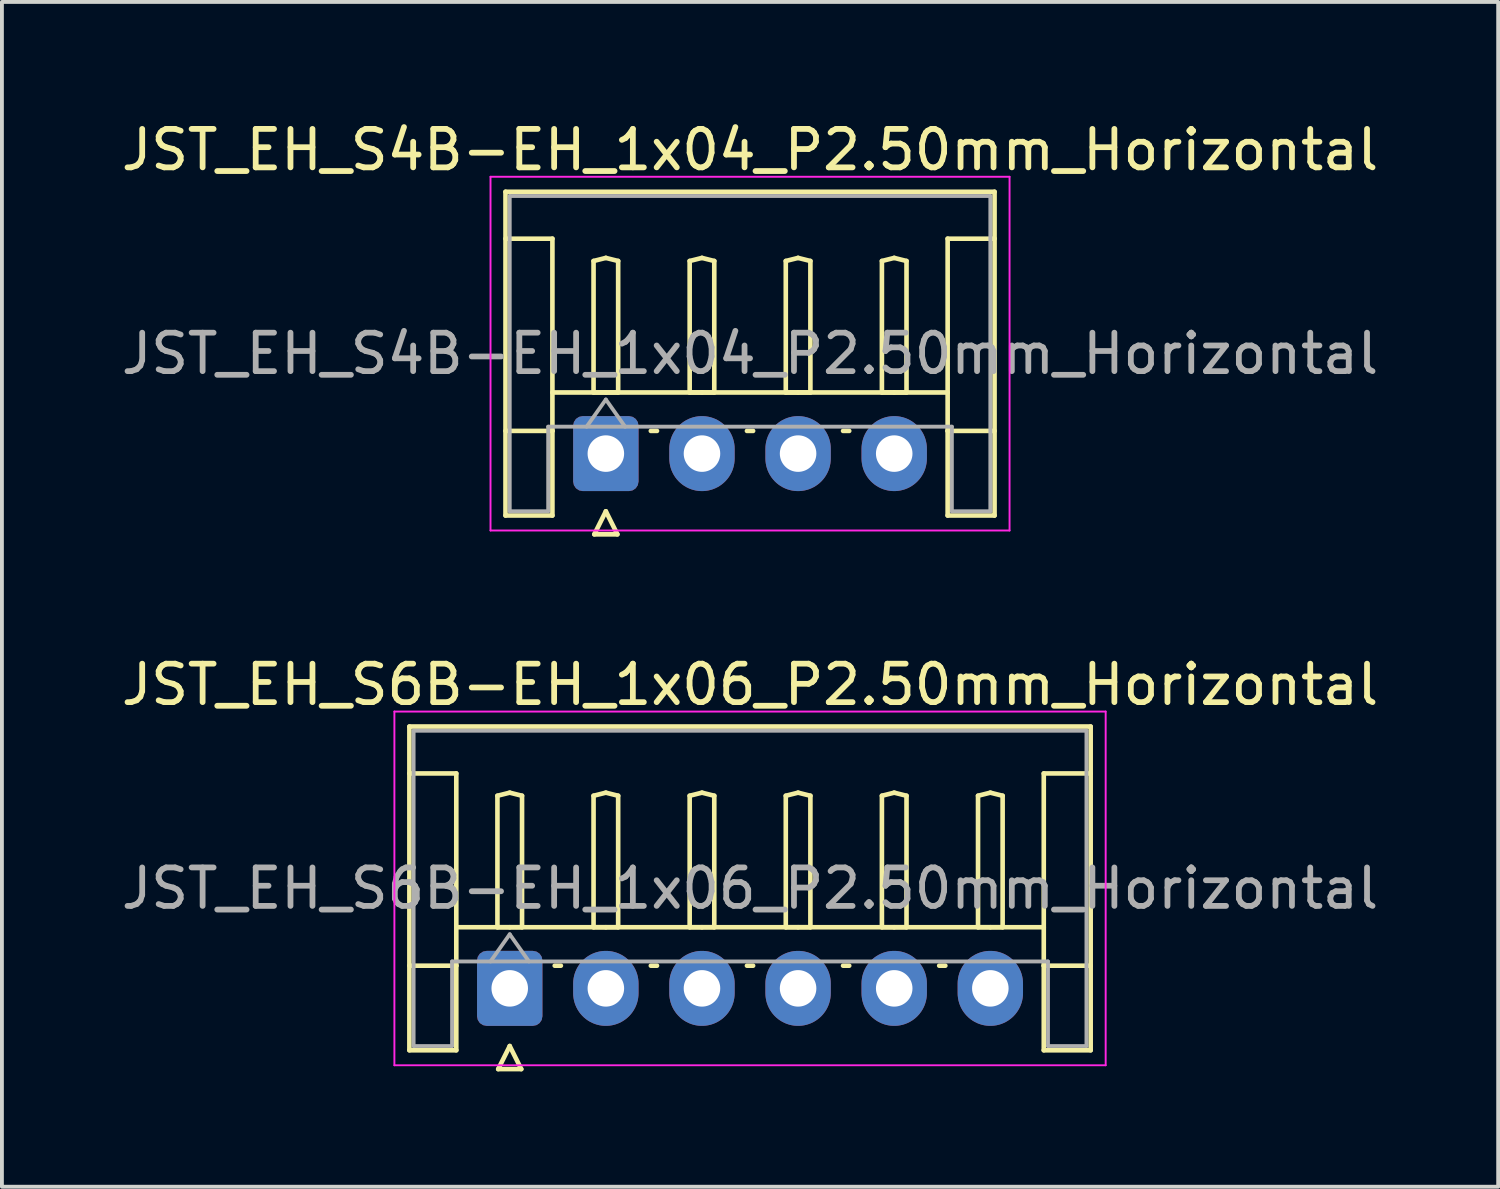
<source format=kicad_pcb>
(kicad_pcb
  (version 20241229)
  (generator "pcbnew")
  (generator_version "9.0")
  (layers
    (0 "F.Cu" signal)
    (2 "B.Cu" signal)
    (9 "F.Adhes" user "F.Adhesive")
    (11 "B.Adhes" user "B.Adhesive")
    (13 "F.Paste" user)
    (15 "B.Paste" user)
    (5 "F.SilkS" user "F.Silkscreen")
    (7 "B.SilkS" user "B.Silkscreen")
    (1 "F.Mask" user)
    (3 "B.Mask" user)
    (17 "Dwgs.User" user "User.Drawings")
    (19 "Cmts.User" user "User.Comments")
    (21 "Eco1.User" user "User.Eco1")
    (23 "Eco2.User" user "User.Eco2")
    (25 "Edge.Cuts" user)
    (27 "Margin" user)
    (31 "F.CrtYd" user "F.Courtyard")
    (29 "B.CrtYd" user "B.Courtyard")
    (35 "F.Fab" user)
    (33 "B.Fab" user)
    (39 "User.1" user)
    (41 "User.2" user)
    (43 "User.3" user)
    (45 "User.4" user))
  (footprint "JST_EH_S4B-EH_1x04_P2.50mm_Horizontal"
    (layer "F.Cu")
    (at 12.708 8.748)
    (property "Reference" "JST_EH_S4B-EH_1x04_P2.50mm_Horizontal" (at 3.75 -7.9 0) (layer "F.SilkS") (effects (font (size 1 1) (thickness 0.15))))
    (attr through_hole)
    (fp_line (start -2.61 -6.81) (end 10.11 -6.81) (stroke (width 0.12) (type solid)) (layer "F.SilkS"))
    (fp_line (start -2.61 -5.59) (end -1.39 -5.59) (stroke (width 0.12) (type solid)) (layer "F.SilkS"))
    (fp_line (start -2.61 1.61) (end -2.61 -6.81) (stroke (width 0.12) (type solid)) (layer "F.SilkS"))
    (fp_line (start -1.39 -5.59) (end -1.39 -0.59) (stroke (width 0.12) (type solid)) (layer "F.SilkS"))
    (fp_line (start -1.39 -1.59) (end 8.89 -1.59) (stroke (width 0.12) (type solid)) (layer "F.SilkS"))
    (fp_line (start -1.39 -0.59) (end -2.61 -0.59) (stroke (width 0.12) (type solid)) (layer "F.SilkS"))
    (fp_line (start -1.39 -0.59) (end -1.39 1.61) (stroke (width 0.12) (type solid)) (layer "F.SilkS"))
    (fp_line (start -1.39 1.61) (end -2.61 1.61) (stroke (width 0.12) (type solid)) (layer "F.SilkS"))
    (fp_line (start -0.32 -5.01) (end 0 -5.09) (stroke (width 0.12) (type solid)) (layer "F.SilkS"))
    (fp_line (start -0.32 -1.59) (end -0.32 -5.01) (stroke (width 0.12) (type solid)) (layer "F.SilkS"))
    (fp_line (start -0.3 2.1) (end 0.3 2.1) (stroke (width 0.12) (type solid)) (layer "F.SilkS"))
    (fp_line (start 0 -5.09) (end 0.32 -5.01) (stroke (width 0.12) (type solid)) (layer "F.SilkS"))
    (fp_line (start 0 -1.59) (end -0.32 -1.59) (stroke (width 0.12) (type solid)) (layer "F.SilkS"))
    (fp_line (start 0 1.5) (end -0.3 2.1) (stroke (width 0.12) (type solid)) (layer "F.SilkS"))
    (fp_line (start 0.3 2.1) (end 0 1.5) (stroke (width 0.12) (type solid)) (layer "F.SilkS"))
    (fp_line (start 0.32 -5.01) (end 0.32 -1.59) (stroke (width 0.12) (type solid)) (layer "F.SilkS"))
    (fp_line (start 0.32 -1.59) (end 0 -1.59) (stroke (width 0.12) (type solid)) (layer "F.SilkS"))
    (fp_line (start 1.17 -0.59) (end 1.33 -0.59) (stroke (width 0.12) (type solid)) (layer "F.SilkS"))
    (fp_line (start 2.18 -5.01) (end 2.5 -5.09) (stroke (width 0.12) (type solid)) (layer "F.SilkS"))
    (fp_line (start 2.18 -1.59) (end 2.18 -5.01) (stroke (width 0.12) (type solid)) (layer "F.SilkS"))
    (fp_line (start 2.5 -5.09) (end 2.82 -5.01) (stroke (width 0.12) (type solid)) (layer "F.SilkS"))
    (fp_line (start 2.5 -1.59) (end 2.18 -1.59) (stroke (width 0.12) (type solid)) (layer "F.SilkS"))
    (fp_line (start 2.82 -5.01) (end 2.82 -1.59) (stroke (width 0.12) (type solid)) (layer "F.SilkS"))
    (fp_line (start 2.82 -1.59) (end 2.5 -1.59) (stroke (width 0.12) (type solid)) (layer "F.SilkS"))
    (fp_line (start 3.67 -0.59) (end 3.83 -0.59) (stroke (width 0.12) (type solid)) (layer "F.SilkS"))
    (fp_line (start 4.68 -5.01) (end 5 -5.09) (stroke (width 0.12) (type solid)) (layer "F.SilkS"))
    (fp_line (start 4.68 -1.59) (end 4.68 -5.01) (stroke (width 0.12) (type solid)) (layer "F.SilkS"))
    (fp_line (start 5 -5.09) (end 5.32 -5.01) (stroke (width 0.12) (type solid)) (layer "F.SilkS"))
    (fp_line (start 5 -1.59) (end 4.68 -1.59) (stroke (width 0.12) (type solid)) (layer "F.SilkS"))
    (fp_line (start 5.32 -5.01) (end 5.32 -1.59) (stroke (width 0.12) (type solid)) (layer "F.SilkS"))
    (fp_line (start 5.32 -1.59) (end 5 -1.59) (stroke (width 0.12) (type solid)) (layer "F.SilkS"))
    (fp_line (start 6.17 -0.59) (end 6.33 -0.59) (stroke (width 0.12) (type solid)) (layer "F.SilkS"))
    (fp_line (start 7.18 -5.01) (end 7.5 -5.09) (stroke (width 0.12) (type solid)) (layer "F.SilkS"))
    (fp_line (start 7.18 -1.59) (end 7.18 -5.01) (stroke (width 0.12) (type solid)) (layer "F.SilkS"))
    (fp_line (start 7.5 -5.09) (end 7.82 -5.01) (stroke (width 0.12) (type solid)) (layer "F.SilkS"))
    (fp_line (start 7.5 -1.59) (end 7.18 -1.59) (stroke (width 0.12) (type solid)) (layer "F.SilkS"))
    (fp_line (start 7.82 -5.01) (end 7.82 -1.59) (stroke (width 0.12) (type solid)) (layer "F.SilkS"))
    (fp_line (start 7.82 -1.59) (end 7.5 -1.59) (stroke (width 0.12) (type solid)) (layer "F.SilkS"))
    (fp_line (start 8.89 -5.59) (end 8.89 -0.59) (stroke (width 0.12) (type solid)) (layer "F.SilkS"))
    (fp_line (start 8.89 -0.59) (end 10.11 -0.59) (stroke (width 0.12) (type solid)) (layer "F.SilkS"))
    (fp_line (start 8.89 1.61) (end 8.89 -0.59) (stroke (width 0.12) (type solid)) (layer "F.SilkS"))
    (fp_line (start 10.11 -6.81) (end 10.11 1.61) (stroke (width 0.12) (type solid)) (layer "F.SilkS"))
    (fp_line (start 10.11 -5.59) (end 8.89 -5.59) (stroke (width 0.12) (type solid)) (layer "F.SilkS"))
    (fp_line (start 10.11 1.61) (end 8.89 1.61) (stroke (width 0.12) (type solid)) (layer "F.SilkS"))
    (fp_line (start -3 -7.2) (end -3 2) (stroke (width 0.05) (type solid)) (layer "F.CrtYd"))
    (fp_line (start -3 2) (end 10.5 2) (stroke (width 0.05) (type solid)) (layer "F.CrtYd"))
    (fp_line (start 10.5 -7.2) (end -3 -7.2) (stroke (width 0.05) (type solid)) (layer "F.CrtYd"))
    (fp_line (start 10.5 2) (end 10.5 -7.2) (stroke (width 0.05) (type solid)) (layer "F.CrtYd"))
    (fp_line (start -2.5 -6.7) (end 10 -6.7) (stroke (width 0.1) (type solid)) (layer "F.Fab"))
    (fp_line (start -2.5 1.5) (end -2.5 -6.7) (stroke (width 0.1) (type solid)) (layer "F.Fab"))
    (fp_line (start -1.5 -0.7) (end -1.5 1.5) (stroke (width 0.1) (type solid)) (layer "F.Fab"))
    (fp_line (start -1.5 1.5) (end -2.5 1.5) (stroke (width 0.1) (type solid)) (layer "F.Fab"))
    (fp_line (start -0.5 -0.7) (end 0 -1.407) (stroke (width 0.1) (type solid)) (layer "F.Fab"))
    (fp_line (start 0 -1.407) (end 0.5 -0.7) (stroke (width 0.1) (type solid)) (layer "F.Fab"))
    (fp_line (start 9 -0.7) (end -1.5 -0.7) (stroke (width 0.1) (type solid)) (layer "F.Fab"))
    (fp_line (start 9 1.5) (end 9 -0.7) (stroke (width 0.1) (type solid)) (layer "F.Fab"))
    (fp_line (start 10 -6.7) (end 10 1.5) (stroke (width 0.1) (type solid)) (layer "F.Fab"))
    (fp_line (start 10 1.5) (end 9 1.5) (stroke (width 0.1) (type solid)) (layer "F.Fab"))
    (fp_text user "${REFERENCE}" (at 3.75 -2.6 0) (layer "F.Fab") (effects (font (size 1 1) (thickness 0.15))))
    (pad "1" thru_hole roundrect (at 0 0) (size 1.7 1.95) (drill 0.95) (layers "*.Cu" "*.Mask") (roundrect_rratio 0.147))
    (pad "2" thru_hole oval (at 2.5 0) (size 1.7 1.95) (drill 0.95) (layers "*.Cu" "*.Mask"))
    (pad "3" thru_hole oval (at 5 0) (size 1.7 1.95) (drill 0.95) (layers "*.Cu" "*.Mask"))
    (pad "4" thru_hole oval (at 7.5 0) (size 1.7 1.95) (drill 0.95) (layers "*.Cu" "*.Mask")))
  (footprint "JST_EH_S6B-EH_1x06_P2.50mm_Horizontal"
    (layer "F.Cu")
    (at 10.208 22.657)
    (property "Reference" "JST_EH_S6B-EH_1x06_P2.50mm_Horizontal" (at 6.25 -7.9 0) (layer "F.SilkS") (effects (font (size 1 1) (thickness 0.15))))
    (attr through_hole)
    (fp_line (start -2.61 -6.81) (end 15.11 -6.81) (stroke (width 0.12) (type solid)) (layer "F.SilkS"))
    (fp_line (start -2.61 -5.59) (end -1.39 -5.59) (stroke (width 0.12) (type solid)) (layer "F.SilkS"))
    (fp_line (start -2.61 1.61) (end -2.61 -6.81) (stroke (width 0.12) (type solid)) (layer "F.SilkS"))
    (fp_line (start -1.39 -5.59) (end -1.39 -0.59) (stroke (width 0.12) (type solid)) (layer "F.SilkS"))
    (fp_line (start -1.39 -1.59) (end 13.89 -1.59) (stroke (width 0.12) (type solid)) (layer "F.SilkS"))
    (fp_line (start -1.39 -0.59) (end -2.61 -0.59) (stroke (width 0.12) (type solid)) (layer "F.SilkS"))
    (fp_line (start -1.39 -0.59) (end -1.39 1.61) (stroke (width 0.12) (type solid)) (layer "F.SilkS"))
    (fp_line (start -1.39 1.61) (end -2.61 1.61) (stroke (width 0.12) (type solid)) (layer "F.SilkS"))
    (fp_line (start -0.32 -5.01) (end 0 -5.09) (stroke (width 0.12) (type solid)) (layer "F.SilkS"))
    (fp_line (start -0.32 -1.59) (end -0.32 -5.01) (stroke (width 0.12) (type solid)) (layer "F.SilkS"))
    (fp_line (start -0.3 2.1) (end 0.3 2.1) (stroke (width 0.12) (type solid)) (layer "F.SilkS"))
    (fp_line (start 0 -5.09) (end 0.32 -5.01) (stroke (width 0.12) (type solid)) (layer "F.SilkS"))
    (fp_line (start 0 -1.59) (end -0.32 -1.59) (stroke (width 0.12) (type solid)) (layer "F.SilkS"))
    (fp_line (start 0 1.5) (end -0.3 2.1) (stroke (width 0.12) (type solid)) (layer "F.SilkS"))
    (fp_line (start 0.3 2.1) (end 0 1.5) (stroke (width 0.12) (type solid)) (layer "F.SilkS"))
    (fp_line (start 0.32 -5.01) (end 0.32 -1.59) (stroke (width 0.12) (type solid)) (layer "F.SilkS"))
    (fp_line (start 0.32 -1.59) (end 0 -1.59) (stroke (width 0.12) (type solid)) (layer "F.SilkS"))
    (fp_line (start 1.17 -0.59) (end 1.33 -0.59) (stroke (width 0.12) (type solid)) (layer "F.SilkS"))
    (fp_line (start 2.18 -5.01) (end 2.5 -5.09) (stroke (width 0.12) (type solid)) (layer "F.SilkS"))
    (fp_line (start 2.18 -1.59) (end 2.18 -5.01) (stroke (width 0.12) (type solid)) (layer "F.SilkS"))
    (fp_line (start 2.5 -5.09) (end 2.82 -5.01) (stroke (width 0.12) (type solid)) (layer "F.SilkS"))
    (fp_line (start 2.5 -1.59) (end 2.18 -1.59) (stroke (width 0.12) (type solid)) (layer "F.SilkS"))
    (fp_line (start 2.82 -5.01) (end 2.82 -1.59) (stroke (width 0.12) (type solid)) (layer "F.SilkS"))
    (fp_line (start 2.82 -1.59) (end 2.5 -1.59) (stroke (width 0.12) (type solid)) (layer "F.SilkS"))
    (fp_line (start 3.67 -0.59) (end 3.83 -0.59) (stroke (width 0.12) (type solid)) (layer "F.SilkS"))
    (fp_line (start 4.68 -5.01) (end 5 -5.09) (stroke (width 0.12) (type solid)) (layer "F.SilkS"))
    (fp_line (start 4.68 -1.59) (end 4.68 -5.01) (stroke (width 0.12) (type solid)) (layer "F.SilkS"))
    (fp_line (start 5 -5.09) (end 5.32 -5.01) (stroke (width 0.12) (type solid)) (layer "F.SilkS"))
    (fp_line (start 5 -1.59) (end 4.68 -1.59) (stroke (width 0.12) (type solid)) (layer "F.SilkS"))
    (fp_line (start 5.32 -5.01) (end 5.32 -1.59) (stroke (width 0.12) (type solid)) (layer "F.SilkS"))
    (fp_line (start 5.32 -1.59) (end 5 -1.59) (stroke (width 0.12) (type solid)) (layer "F.SilkS"))
    (fp_line (start 6.17 -0.59) (end 6.33 -0.59) (stroke (width 0.12) (type solid)) (layer "F.SilkS"))
    (fp_line (start 7.18 -5.01) (end 7.5 -5.09) (stroke (width 0.12) (type solid)) (layer "F.SilkS"))
    (fp_line (start 7.18 -1.59) (end 7.18 -5.01) (stroke (width 0.12) (type solid)) (layer "F.SilkS"))
    (fp_line (start 7.5 -5.09) (end 7.82 -5.01) (stroke (width 0.12) (type solid)) (layer "F.SilkS"))
    (fp_line (start 7.5 -1.59) (end 7.18 -1.59) (stroke (width 0.12) (type solid)) (layer "F.SilkS"))
    (fp_line (start 7.82 -5.01) (end 7.82 -1.59) (stroke (width 0.12) (type solid)) (layer "F.SilkS"))
    (fp_line (start 7.82 -1.59) (end 7.5 -1.59) (stroke (width 0.12) (type solid)) (layer "F.SilkS"))
    (fp_line (start 8.67 -0.59) (end 8.83 -0.59) (stroke (width 0.12) (type solid)) (layer "F.SilkS"))
    (fp_line (start 9.68 -5.01) (end 10 -5.09) (stroke (width 0.12) (type solid)) (layer "F.SilkS"))
    (fp_line (start 9.68 -1.59) (end 9.68 -5.01) (stroke (width 0.12) (type solid)) (layer "F.SilkS"))
    (fp_line (start 10 -5.09) (end 10.32 -5.01) (stroke (width 0.12) (type solid)) (layer "F.SilkS"))
    (fp_line (start 10 -1.59) (end 9.68 -1.59) (stroke (width 0.12) (type solid)) (layer "F.SilkS"))
    (fp_line (start 10.32 -5.01) (end 10.32 -1.59) (stroke (width 0.12) (type solid)) (layer "F.SilkS"))
    (fp_line (start 10.32 -1.59) (end 10 -1.59) (stroke (width 0.12) (type solid)) (layer "F.SilkS"))
    (fp_line (start 11.17 -0.59) (end 11.33 -0.59) (stroke (width 0.12) (type solid)) (layer "F.SilkS"))
    (fp_line (start 12.18 -5.01) (end 12.5 -5.09) (stroke (width 0.12) (type solid)) (layer "F.SilkS"))
    (fp_line (start 12.18 -1.59) (end 12.18 -5.01) (stroke (width 0.12) (type solid)) (layer "F.SilkS"))
    (fp_line (start 12.5 -5.09) (end 12.82 -5.01) (stroke (width 0.12) (type solid)) (layer "F.SilkS"))
    (fp_line (start 12.5 -1.59) (end 12.18 -1.59) (stroke (width 0.12) (type solid)) (layer "F.SilkS"))
    (fp_line (start 12.82 -5.01) (end 12.82 -1.59) (stroke (width 0.12) (type solid)) (layer "F.SilkS"))
    (fp_line (start 12.82 -1.59) (end 12.5 -1.59) (stroke (width 0.12) (type solid)) (layer "F.SilkS"))
    (fp_line (start 13.89 -5.59) (end 13.89 -0.59) (stroke (width 0.12) (type solid)) (layer "F.SilkS"))
    (fp_line (start 13.89 -0.59) (end 15.11 -0.59) (stroke (width 0.12) (type solid)) (layer "F.SilkS"))
    (fp_line (start 13.89 1.61) (end 13.89 -0.59) (stroke (width 0.12) (type solid)) (layer "F.SilkS"))
    (fp_line (start 15.11 -6.81) (end 15.11 1.61) (stroke (width 0.12) (type solid)) (layer "F.SilkS"))
    (fp_line (start 15.11 -5.59) (end 13.89 -5.59) (stroke (width 0.12) (type solid)) (layer "F.SilkS"))
    (fp_line (start 15.11 1.61) (end 13.89 1.61) (stroke (width 0.12) (type solid)) (layer "F.SilkS"))
    (fp_line (start -3 -7.2) (end -3 2) (stroke (width 0.05) (type solid)) (layer "F.CrtYd"))
    (fp_line (start -3 2) (end 15.5 2) (stroke (width 0.05) (type solid)) (layer "F.CrtYd"))
    (fp_line (start 15.5 -7.2) (end -3 -7.2) (stroke (width 0.05) (type solid)) (layer "F.CrtYd"))
    (fp_line (start 15.5 2) (end 15.5 -7.2) (stroke (width 0.05) (type solid)) (layer "F.CrtYd"))
    (fp_line (start -2.5 -6.7) (end 15 -6.7) (stroke (width 0.1) (type solid)) (layer "F.Fab"))
    (fp_line (start -2.5 1.5) (end -2.5 -6.7) (stroke (width 0.1) (type solid)) (layer "F.Fab"))
    (fp_line (start -1.5 -0.7) (end -1.5 1.5) (stroke (width 0.1) (type solid)) (layer "F.Fab"))
    (fp_line (start -1.5 1.5) (end -2.5 1.5) (stroke (width 0.1) (type solid)) (layer "F.Fab"))
    (fp_line (start -0.5 -0.7) (end 0 -1.407) (stroke (width 0.1) (type solid)) (layer "F.Fab"))
    (fp_line (start 0 -1.407) (end 0.5 -0.7) (stroke (width 0.1) (type solid)) (layer "F.Fab"))
    (fp_line (start 14 -0.7) (end -1.5 -0.7) (stroke (width 0.1) (type solid)) (layer "F.Fab"))
    (fp_line (start 14 1.5) (end 14 -0.7) (stroke (width 0.1) (type solid)) (layer "F.Fab"))
    (fp_line (start 15 -6.7) (end 15 1.5) (stroke (width 0.1) (type solid)) (layer "F.Fab"))
    (fp_line (start 15 1.5) (end 14 1.5) (stroke (width 0.1) (type solid)) (layer "F.Fab"))
    (fp_text user "${REFERENCE}" (at 6.25 -2.6 0) (layer "F.Fab") (effects (font (size 1 1) (thickness 0.15))))
    (pad "1" thru_hole roundrect (at 0 0) (size 1.7 1.95) (drill 0.95) (layers "*.Cu" "*.Mask") (roundrect_rratio 0.147))
    (pad "2" thru_hole oval (at 2.5 0) (size 1.7 1.95) (drill 0.95) (layers "*.Cu" "*.Mask"))
    (pad "3" thru_hole oval (at 5 0) (size 1.7 1.95) (drill 0.95) (layers "*.Cu" "*.Mask"))
    (pad "4" thru_hole oval (at 7.5 0) (size 1.7 1.95) (drill 0.95) (layers "*.Cu" "*.Mask"))
    (pad "5" thru_hole oval (at 10 0) (size 1.7 1.95) (drill 0.95) (layers "*.Cu" "*.Mask"))
    (pad "6" thru_hole oval (at 12.5 0) (size 1.7 1.95) (drill 0.95) (layers "*.Cu" "*.Mask")))
  (gr_rect
    (start -3 -3)
    (end 35.917 27.817)
    (stroke (width 0.1) (type default))
    (fill no)
    (layer "Edge.Cuts")))
</source>
